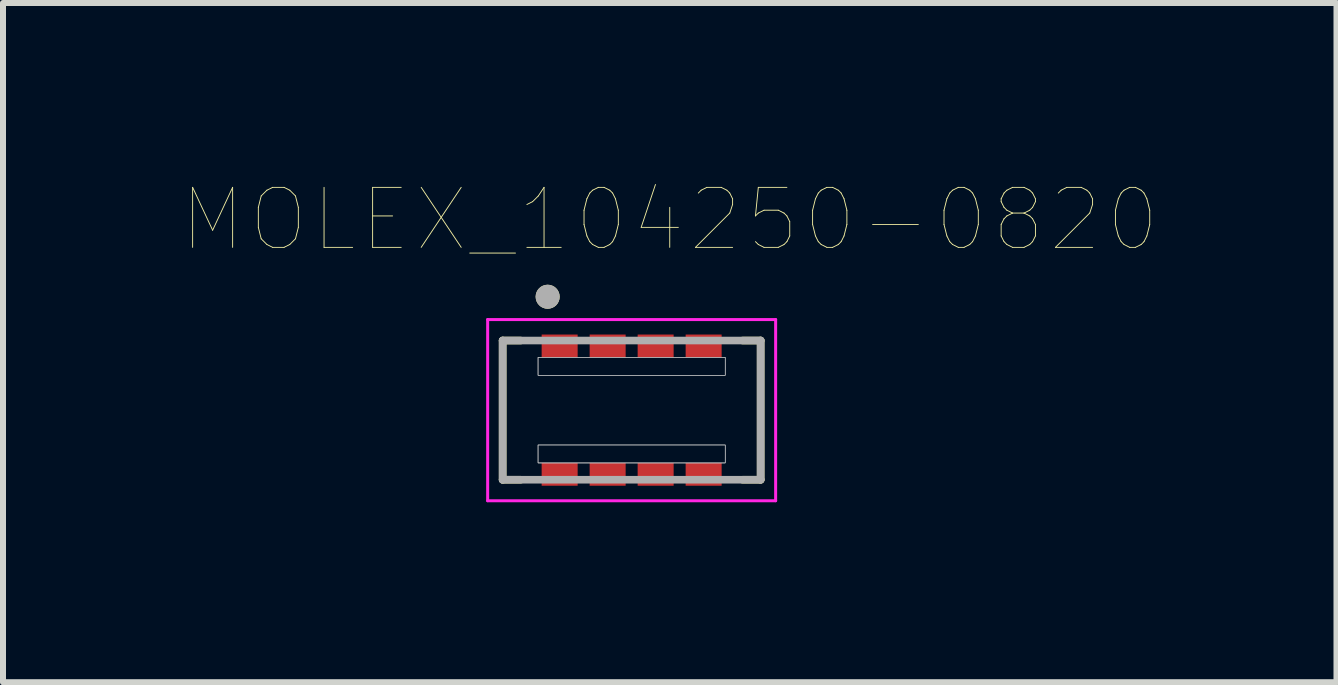
<source format=kicad_pcb>
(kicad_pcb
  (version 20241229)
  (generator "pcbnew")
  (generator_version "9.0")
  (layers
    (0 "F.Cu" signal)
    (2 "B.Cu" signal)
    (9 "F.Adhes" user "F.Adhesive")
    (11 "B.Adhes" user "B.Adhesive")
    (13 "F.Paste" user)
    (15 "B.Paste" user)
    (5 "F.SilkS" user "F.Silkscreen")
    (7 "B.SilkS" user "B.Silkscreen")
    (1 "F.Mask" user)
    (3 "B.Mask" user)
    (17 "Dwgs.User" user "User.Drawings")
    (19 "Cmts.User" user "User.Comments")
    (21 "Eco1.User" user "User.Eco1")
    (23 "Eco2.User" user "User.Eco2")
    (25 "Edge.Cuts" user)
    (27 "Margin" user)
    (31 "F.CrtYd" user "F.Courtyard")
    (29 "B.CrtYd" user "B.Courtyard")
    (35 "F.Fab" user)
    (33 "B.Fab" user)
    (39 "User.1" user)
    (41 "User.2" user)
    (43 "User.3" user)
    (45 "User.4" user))
  (footprint "MOLEX_104250-0820"
    (layer "F.Cu")
    (at 7.478 3.786)
    (property "Reference" "MOLEX_104250-0820" (at 0.635 -3.175 0) (layer "F.SilkS") (effects (font (size 1 1) (thickness 0.015))))
    (attr through_hole)
    (fp_poly (pts (xy -1.5 -1.26) (xy -0.9 -1.26) (xy -0.9 -0.88) (xy -1.5 -0.88)) (stroke (width 0.01) (type solid)) (fill yes) (layer "F.Mask"))
    (fp_poly (pts (xy -1.5 0.88) (xy -0.9 0.88) (xy -0.9 1.26) (xy -1.5 1.26)) (stroke (width 0.01) (type solid)) (fill yes) (layer "F.Mask"))
    (fp_poly (pts (xy -0.7 -1.26) (xy -0.1 -1.26) (xy -0.1 -0.88) (xy -0.7 -0.88)) (stroke (width 0.01) (type solid)) (fill yes) (layer "F.Mask"))
    (fp_poly (pts (xy -0.7 0.88) (xy -0.1 0.88) (xy -0.1 1.26) (xy -0.7 1.26)) (stroke (width 0.01) (type solid)) (fill yes) (layer "F.Mask"))
    (fp_poly (pts (xy 0.1 -1.26) (xy 0.7 -1.26) (xy 0.7 -0.88) (xy 0.1 -0.88)) (stroke (width 0.01) (type solid)) (fill yes) (layer "F.Mask"))
    (fp_poly (pts (xy 0.1 0.88) (xy 0.7 0.88) (xy 0.7 1.26) (xy 0.1 1.26)) (stroke (width 0.01) (type solid)) (fill yes) (layer "F.Mask"))
    (fp_poly (pts (xy 0.9 -1.26) (xy 1.5 -1.26) (xy 1.5 -0.88) (xy 0.9 -0.88)) (stroke (width 0.01) (type solid)) (fill yes) (layer "F.Mask"))
    (fp_poly (pts (xy 0.9 0.88) (xy 1.5 0.88) (xy 1.5 1.26) (xy 0.9 1.26)) (stroke (width 0.01) (type solid)) (fill yes) (layer "F.Mask"))
    (fp_line (start -2.15 -1.16) (end -2.15 1.16) (stroke (width 0.127) (type solid)) (layer "F.SilkS"))
    (fp_line (start -2.15 -1.16) (end -1.85 -1.16) (stroke (width 0.127) (type solid)) (layer "F.SilkS"))
    (fp_line (start -2.15 1.16) (end -1.85 1.16) (stroke (width 0.127) (type solid)) (layer "F.SilkS"))
    (fp_line (start 1.85 -1.16) (end 2.15 -1.16) (stroke (width 0.127) (type solid)) (layer "F.SilkS"))
    (fp_line (start 2.15 -1.16) (end 2.15 1.16) (stroke (width 0.127) (type solid)) (layer "F.SilkS"))
    (fp_line (start 2.15 1.16) (end 1.85 1.16) (stroke (width 0.127) (type solid)) (layer "F.SilkS"))
    (fp_circle (center -1.4 -1.89) (end -1.3 -1.89) (stroke (width 0.2) (type solid)) (fill no) (layer "F.SilkS"))
    (fp_poly (pts (xy -1.41 -1.203) (xy -0.99 -1.203) (xy -0.99 -0.937) (xy -1.41 -0.937)) (stroke (width 0.01) (type solid)) (fill yes) (layer "F.Paste"))
    (fp_poly (pts (xy -1.41 0.937) (xy -0.99 0.937) (xy -0.99 1.203) (xy -1.41 1.203)) (stroke (width 0.01) (type solid)) (fill yes) (layer "F.Paste"))
    (fp_poly (pts (xy -0.61 -1.203) (xy -0.19 -1.203) (xy -0.19 -0.937) (xy -0.61 -0.937)) (stroke (width 0.01) (type solid)) (fill yes) (layer "F.Paste"))
    (fp_poly (pts (xy -0.61 0.937) (xy -0.19 0.937) (xy -0.19 1.203) (xy -0.61 1.203)) (stroke (width 0.01) (type solid)) (fill yes) (layer "F.Paste"))
    (fp_poly (pts (xy 0.19 -1.203) (xy 0.61 -1.203) (xy 0.61 -0.937) (xy 0.19 -0.937)) (stroke (width 0.01) (type solid)) (fill yes) (layer "F.Paste"))
    (fp_poly (pts (xy 0.19 0.937) (xy 0.61 0.937) (xy 0.61 1.203) (xy 0.19 1.203)) (stroke (width 0.01) (type solid)) (fill yes) (layer "F.Paste"))
    (fp_poly (pts (xy 0.99 -1.203) (xy 1.41 -1.203) (xy 1.41 -0.937) (xy 0.99 -0.937)) (stroke (width 0.01) (type solid)) (fill yes) (layer "F.Paste"))
    (fp_poly (pts (xy 0.99 0.937) (xy 1.41 0.937) (xy 1.41 1.203) (xy 0.99 1.203)) (stroke (width 0.01) (type solid)) (fill yes) (layer "F.Paste"))
    (fp_poly (pts (xy -1.56 -0.88) (xy 1.56 -0.88) (xy 1.56 -0.58) (xy -1.56 -0.58)) (stroke (width 0.01) (type solid)) (fill no) (layer "Dwgs.User"))
    (fp_poly (pts (xy -1.56 -0.88) (xy 1.56 -0.88) (xy 1.56 -0.58) (xy -1.56 -0.58)) (stroke (width 0.01) (type solid)) (fill no) (layer "Dwgs.User"))
    (fp_poly (pts (xy -1.56 0.58) (xy 1.56 0.58) (xy 1.56 0.88) (xy -1.56 0.88)) (stroke (width 0.01) (type solid)) (fill no) (layer "Dwgs.User"))
    (fp_poly (pts (xy -1.56 0.58) (xy 1.56 0.58) (xy 1.56 0.88) (xy -1.56 0.88)) (stroke (width 0.01) (type solid)) (fill no) (layer "Dwgs.User"))
    (fp_line (start -2.4 -1.51) (end 2.4 -1.51) (stroke (width 0.05) (type solid)) (layer "F.CrtYd"))
    (fp_line (start -2.4 1.51) (end -2.4 -1.51) (stroke (width 0.05) (type solid)) (layer "F.CrtYd"))
    (fp_line (start 2.4 -1.51) (end 2.4 1.51) (stroke (width 0.05) (type solid)) (layer "F.CrtYd"))
    (fp_line (start 2.4 1.51) (end -2.4 1.51) (stroke (width 0.05) (type solid)) (layer "F.CrtYd"))
    (fp_line (start -2.15 -1.16) (end 2.15 -1.16) (stroke (width 0.127) (type solid)) (layer "F.Fab"))
    (fp_line (start -2.15 1.16) (end -2.15 -1.16) (stroke (width 0.127) (type solid)) (layer "F.Fab"))
    (fp_line (start 2.15 -1.16) (end 2.15 1.16) (stroke (width 0.127) (type solid)) (layer "F.Fab"))
    (fp_line (start 2.15 1.16) (end -2.15 1.16) (stroke (width 0.127) (type solid)) (layer "F.Fab"))
    (fp_circle (center -1.4 -1.89) (end -1.3 -1.89) (stroke (width 0.2) (type solid)) (fill no) (layer "F.Fab"))
    (pad "1" smd rect (at -1.2 -1.07) (size 0.6 0.38) (layers "F.Cu"))
    (pad "2" smd rect (at -1.2 1.07) (size 0.6 0.38) (layers "F.Cu"))
    (pad "3" smd rect (at -0.4 -1.07) (size 0.6 0.38) (layers "F.Cu"))
    (pad "4" smd rect (at -0.4 1.07) (size 0.6 0.38) (layers "F.Cu"))
    (pad "5" smd rect (at 0.4 -1.07) (size 0.6 0.38) (layers "F.Cu"))
    (pad "6" smd rect (at 0.4 1.07) (size 0.6 0.38) (layers "F.Cu"))
    (pad "7" smd rect (at 1.2 -1.07) (size 0.6 0.38) (layers "F.Cu"))
    (pad "8" smd rect (at 1.2 1.07) (size 0.6 0.38) (layers "F.Cu")))
  (gr_rect
    (start -3 -3)
    (end 19.226 8.321)
    (stroke (width 0.1) (type default))
    (fill no)
    (layer "Edge.Cuts")))
</source>
